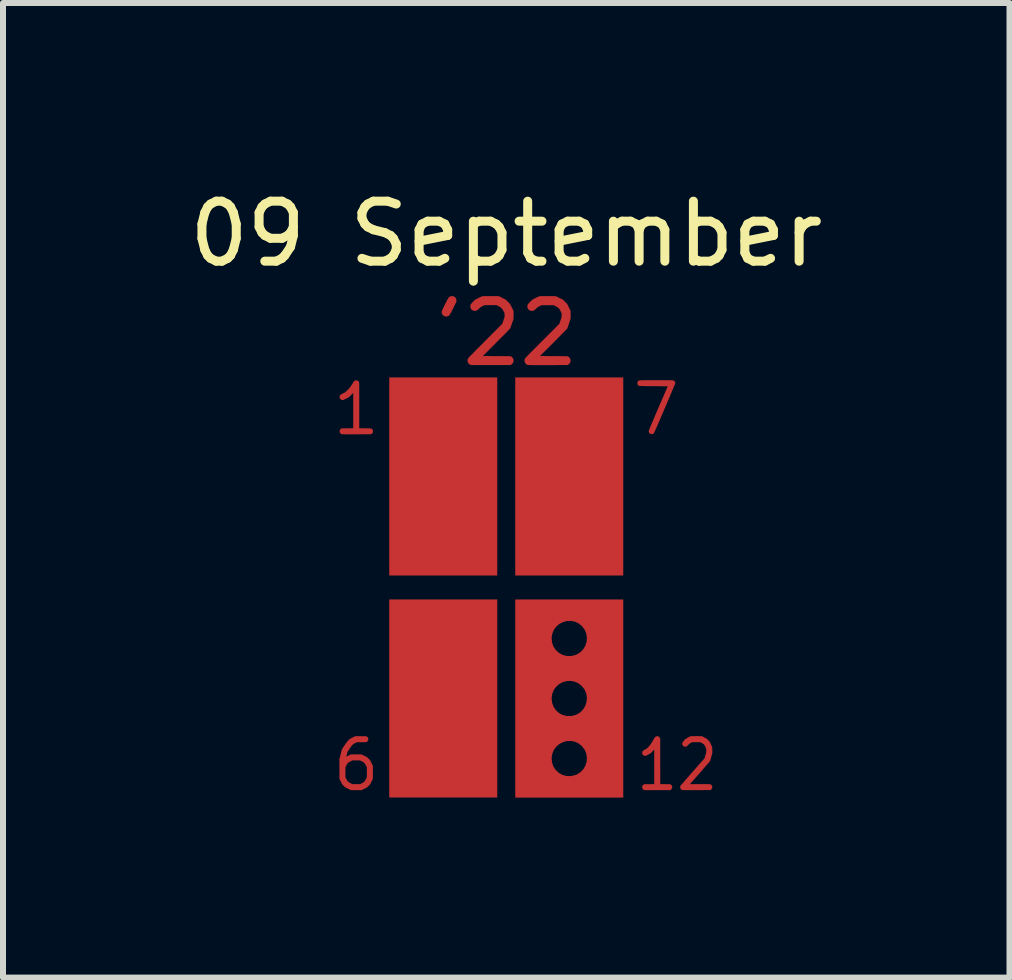
<source format=kicad_pcb>
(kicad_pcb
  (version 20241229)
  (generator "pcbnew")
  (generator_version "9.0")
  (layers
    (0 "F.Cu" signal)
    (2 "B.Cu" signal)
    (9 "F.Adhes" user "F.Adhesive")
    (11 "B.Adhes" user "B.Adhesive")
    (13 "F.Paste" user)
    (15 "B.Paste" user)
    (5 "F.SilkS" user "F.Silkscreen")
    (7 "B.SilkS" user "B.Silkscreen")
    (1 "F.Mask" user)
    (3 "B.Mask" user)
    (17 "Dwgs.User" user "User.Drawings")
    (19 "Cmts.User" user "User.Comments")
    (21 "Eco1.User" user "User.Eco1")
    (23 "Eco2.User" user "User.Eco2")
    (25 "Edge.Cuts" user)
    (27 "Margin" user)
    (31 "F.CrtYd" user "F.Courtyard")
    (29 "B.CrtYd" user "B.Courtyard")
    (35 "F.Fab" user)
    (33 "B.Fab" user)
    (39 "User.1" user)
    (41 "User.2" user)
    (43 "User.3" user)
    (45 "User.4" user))
  (footprint "09 September"
    (layer "F.Cu")
    (at 5.387 6.741)
    (property "Reference" "09 September" (at 0 -5.893 0) (unlocked yes) (layer "F.SilkS") (effects (font (size 1 1) (thickness 0.15))))
    (attr smd)
    (pad "1" smd custom (at -2.718 2.996) (size 0.01 0.01) (layers "F.Cu" "F.Mask" "F.Paste") (options (anchor circle)) (primitives (gr_poly (pts (xy 0.312 -0.518) (xy 0.329 -0.518) (xy 0.342 -0.518) (xy 0.354 -0.518) (xy 0.363 -0.517) (xy 0.37 -0.517) (xy 0.376 -0.517) (xy 0.38 -0.517) (xy 0.383 -0.516) (xy 0.385 -0.516) (xy 0.387 -0.515) (xy 0.389 -0.515) (xy 0.39 -0.514) (xy 0.399 -0.508) (xy 0.408 -0.5) (xy 0.414 -0.49) (xy 0.415 -0.489) (xy 0.417 -0.484) (xy 0.418 -0.479) (xy 0.419 -0.472) (xy 0.419 -0.468) (xy 0.418 -0.46) (xy 0.418 -0.454) (xy 0.416 -0.449) (xy 0.415 -0.447) (xy 0.408 -0.437) (xy 0.4 -0.429) (xy 0.391 -0.423) (xy 0.39 -0.422) (xy 0.388 -0.421) (xy 0.386 -0.421) (xy 0.384 -0.42) (xy 0.381 -0.42) (xy 0.376 -0.419) (xy 0.371 -0.419) (xy 0.364 -0.419) (xy 0.355 -0.418) (xy 0.344 -0.418) (xy 0.33 -0.418) (xy 0.313 -0.418) (xy 0.305 -0.418) (xy 0.227 -0.417) (xy 0.199 -0.403) (xy 0.189 -0.398) (xy 0.182 -0.394) (xy 0.176 -0.39) (xy 0.171 -0.387) (xy 0.167 -0.383) (xy 0.162 -0.379) (xy 0.157 -0.374) (xy 0.155 -0.372) (xy 0.15 -0.367) (xy 0.145 -0.362) (xy 0.141 -0.356) (xy 0.135 -0.349) (xy 0.129 -0.341) (xy 0.122 -0.331) (xy 0.114 -0.319) (xy 0.106 -0.306) (xy 0.072 -0.257) (xy 0.063 -0.219) (xy 0.06 -0.208) (xy 0.057 -0.198) (xy 0.055 -0.19) (xy 0.054 -0.184) (xy 0.053 -0.18) (xy 0.053 -0.179) (xy 0.054 -0.179) (xy 0.058 -0.18) (xy 0.064 -0.183) (xy 0.072 -0.187) (xy 0.081 -0.191) (xy 0.09 -0.195) (xy 0.128 -0.214) (xy 0.307 -0.214) (xy 0.399 -0.168) (xy 0.424 -0.143) (xy 0.449 -0.118) (xy 0.472 -0.072) (xy 0.495 -0.026) (xy 0.495 0.193) (xy 0.472 0.239) (xy 0.449 0.285) (xy 0.424 0.31) (xy 0.399 0.335) (xy 0.353 0.358) (xy 0.307 0.381) (xy 0.22 0.381) (xy 0.199 0.381) (xy 0.182 0.381) (xy 0.168 0.381) (xy 0.156 0.381) (xy 0.146 0.381) (xy 0.138 0.38) (xy 0.133 0.38) (xy 0.129 0.38) (xy 0.127 0.379) (xy 0.126 0.379) (xy 0.123 0.378) (xy 0.118 0.375) (xy 0.11 0.372) (xy 0.1 0.367) (xy 0.09 0.362) (xy 0.079 0.356) (xy 0.077 0.355) (xy 0.034 0.334) (xy 0.009 0.309) (xy -0.017 0.284) (xy -0.039 0.238) (xy -0.062 0.193) (xy -0.062 0.167) (xy 0.038 0.167) (xy 0.053 0.196) (xy 0.058 0.206) (xy 0.062 0.214) (xy 0.065 0.22) (xy 0.069 0.225) (xy 0.072 0.229) (xy 0.076 0.233) (xy 0.08 0.238) (xy 0.08 0.238) (xy 0.085 0.243) (xy 0.089 0.246) (xy 0.094 0.25) (xy 0.099 0.253) (xy 0.106 0.257) (xy 0.114 0.261) (xy 0.123 0.266) (xy 0.153 0.281) (xy 0.217 0.281) (xy 0.281 0.281) (xy 0.309 0.267) (xy 0.319 0.261) (xy 0.327 0.257) (xy 0.333 0.254) (xy 0.338 0.251) (xy 0.343 0.247) (xy 0.347 0.243) (xy 0.351 0.239) (xy 0.356 0.234) (xy 0.36 0.23) (xy 0.363 0.226) (xy 0.367 0.221) (xy 0.37 0.216) (xy 0.374 0.208) (xy 0.379 0.198) (xy 0.38 0.196) (xy 0.395 0.167) (xy 0.395 0) (xy 0.38 -0.029) (xy 0.375 -0.039) (xy 0.371 -0.047) (xy 0.367 -0.053) (xy 0.364 -0.058) (xy 0.361 -0.062) (xy 0.357 -0.066) (xy 0.353 -0.071) (xy 0.351 -0.072) (xy 0.346 -0.077) (xy 0.342 -0.081) (xy 0.337 -0.084) (xy 0.332 -0.088) (xy 0.326 -0.091) (xy 0.318 -0.095) (xy 0.309 -0.1) (xy 0.281 -0.114) (xy 0.154 -0.114) (xy 0.123 -0.099) (xy 0.113 -0.094) (xy 0.105 -0.089) (xy 0.099 -0.086) (xy 0.093 -0.083) (xy 0.089 -0.079) (xy 0.085 -0.076) (xy 0.08 -0.071) (xy 0.076 -0.067) (xy 0.072 -0.063) (xy 0.069 -0.059) (xy 0.066 -0.054) (xy 0.062 -0.048) (xy 0.058 -0.04) (xy 0.053 -0.03) (xy 0.053 -0.029) (xy 0.038 0) (xy 0.038 0.167) (xy -0.062 0.167) (xy -0.062 0.031) (xy -0.063 -0.132) (xy -0.042 -0.215) (xy -0.038 -0.231) (xy -0.034 -0.246) (xy -0.03 -0.261) (xy -0.027 -0.273) (xy -0.024 -0.284) (xy -0.022 -0.293) (xy -0.02 -0.299) (xy -0.019 -0.302) (xy -0.018 -0.303) (xy -0.017 -0.305) (xy -0.014 -0.31) (xy -0.009 -0.316) (xy -0.003 -0.325) (xy 0.003 -0.335) (xy 0.011 -0.347) (xy 0.019 -0.359) (xy 0.025 -0.367) (xy 0.034 -0.381) (xy 0.043 -0.393) (xy 0.049 -0.403) (xy 0.055 -0.411) (xy 0.06 -0.418) (xy 0.064 -0.423) (xy 0.069 -0.428) (xy 0.073 -0.433) (xy 0.077 -0.438) (xy 0.082 -0.442) (xy 0.087 -0.448) (xy 0.088 -0.449) (xy 0.111 -0.472) (xy 0.157 -0.495) (xy 0.203 -0.518) (xy 0.293 -0.518)) (width 0) (fill yes))))
    (pad "1" smd custom (at -2.515 -2.794) (size 0.01 0.01) (layers "F.Cu" "F.Mask" "F.Paste") (options (anchor circle)) (primitives (gr_poly (pts (xy 0.025 -0.658) (xy 0.037 -0.654) (xy 0.047 -0.647) (xy 0.055 -0.639) (xy 0.061 -0.629) (xy 0.065 -0.622) (xy 0.065 0.14) (xy 0.161 0.141) (xy 0.182 0.141) (xy 0.199 0.141) (xy 0.213 0.141) (xy 0.225 0.141) (xy 0.235 0.141) (xy 0.243 0.142) (xy 0.249 0.142) (xy 0.253 0.142) (xy 0.257 0.143) (xy 0.26 0.143) (xy 0.262 0.144) (xy 0.264 0.144) (xy 0.265 0.145) (xy 0.275 0.151) (xy 0.283 0.159) (xy 0.289 0.169) (xy 0.29 0.17) (xy 0.292 0.175) (xy 0.293 0.18) (xy 0.294 0.187) (xy 0.294 0.191) (xy 0.294 0.199) (xy 0.293 0.205) (xy 0.291 0.21) (xy 0.29 0.212) (xy 0.283 0.222) (xy 0.275 0.23) (xy 0.266 0.236) (xy 0.265 0.237) (xy 0.257 0.24) (xy 0.018 0.241) (xy -0.014 0.241) (xy -0.044 0.241) (xy -0.071 0.241) (xy -0.095 0.241) (xy -0.116 0.241) (xy -0.135 0.241) (xy -0.152 0.241) (xy -0.166 0.241) (xy -0.178 0.241) (xy -0.189 0.241) (xy -0.198 0.24) (xy -0.205 0.24) (xy -0.211 0.24) (xy -0.216 0.24) (xy -0.22 0.24) (xy -0.223 0.239) (xy -0.225 0.239) (xy -0.227 0.239) (xy -0.228 0.238) (xy -0.229 0.238) (xy -0.24 0.233) (xy -0.249 0.225) (xy -0.255 0.216) (xy -0.26 0.206) (xy -0.262 0.196) (xy -0.262 0.185) (xy -0.259 0.174) (xy -0.255 0.164) (xy -0.248 0.155) (xy -0.238 0.148) (xy -0.233 0.145) (xy -0.231 0.144) (xy -0.23 0.144) (xy -0.228 0.143) (xy -0.225 0.143) (xy -0.221 0.142) (xy -0.217 0.142) (xy -0.21 0.142) (xy -0.202 0.141) (xy -0.193 0.141) (xy -0.181 0.141) (xy -0.166 0.141) (xy -0.149 0.141) (xy -0.13 0.141) (xy -0.035 0.14) (xy -0.035 -0.449) (xy -0.071 -0.413) (xy -0.107 -0.377) (xy -0.198 -0.332) (xy -0.212 -0.332) (xy -0.22 -0.332) (xy -0.226 -0.333) (xy -0.231 -0.334) (xy -0.234 -0.336) (xy -0.244 -0.343) (xy -0.253 -0.352) (xy -0.258 -0.36) (xy -0.261 -0.369) (xy -0.262 -0.379) (xy -0.261 -0.39) (xy -0.259 -0.399) (xy -0.258 -0.402) (xy -0.256 -0.407) (xy -0.253 -0.411) (xy -0.249 -0.415) (xy -0.244 -0.419) (xy -0.238 -0.424) (xy -0.229 -0.428) (xy -0.219 -0.434) (xy -0.206 -0.441) (xy -0.204 -0.442) (xy -0.166 -0.461) (xy -0.131 -0.497) (xy -0.095 -0.533) (xy -0.058 -0.588) (xy -0.048 -0.603) (xy -0.04 -0.616) (xy -0.033 -0.626) (xy -0.027 -0.634) (xy -0.022 -0.64) (xy -0.018 -0.645) (xy -0.014 -0.649) (xy -0.011 -0.652) (xy -0.007 -0.654) (xy -0.003 -0.655) (xy 0.001 -0.657) (xy 0.001 -0.657) (xy 0.013 -0.659)) (width 0) (fill yes))))
    (pad "1" smd custom (at -1.448 -0.432) (size 0.01 0.01) (layers "F.Cu" "F.Mask" "F.Paste") (options (anchor circle)) (primitives (gr_poly (pts (xy 1.298 0.232) (xy -0.502 0.232) (xy -0.502 -3.069) (xy 1.298 -3.069)) (width 0) (fill yes))))
    (pad "1" smd custom (at -1.448 3.268) (size 0.01 0.01) (layers "F.Cu" "F.Mask" "F.Paste") (options (anchor circle)) (primitives (gr_poly (pts (xy 1.298 0.232) (xy -0.502 0.232) (xy -0.502 -3.069) (xy 1.298 -3.069)) (width 0) (fill yes))))
    (pad "1" smd custom (at -0.914 -4.75) (size 0.01 0.01) (layers "F.Cu" "F.Mask" "F.Paste") (options (anchor circle)) (primitives (gr_poly (pts (xy 0.028 -0.104) (xy 0.043 -0.099) (xy 0.057 -0.09) (xy 0.063 -0.085) (xy 0.074 -0.071) (xy 0.08 -0.057) (xy 0.083 -0.04) (xy 0.084 -0.031) (xy 0.084 -0.012) (xy 0.03 0.095) (xy 0.017 0.122) (xy 0.005 0.144) (xy -0.004 0.163) (xy -0.013 0.178) (xy -0.02 0.191) (xy -0.026 0.201) (xy -0.031 0.208) (xy -0.036 0.214) (xy -0.04 0.219) (xy -0.045 0.222) (xy -0.05 0.225) (xy -0.055 0.228) (xy -0.056 0.228) (xy -0.068 0.232) (xy -0.082 0.234) (xy -0.097 0.234) (xy -0.109 0.231) (xy -0.109 0.231) (xy -0.126 0.223) (xy -0.14 0.212) (xy -0.151 0.197) (xy -0.159 0.181) (xy -0.162 0.163) (xy -0.162 0.152) (xy -0.16 0.146) (xy -0.157 0.137) (xy -0.151 0.124) (xy -0.144 0.109) (xy -0.136 0.091) (xy -0.127 0.072) (xy -0.117 0.052) (xy -0.107 0.031) (xy -0.097 0.011) (xy -0.086 -0.009) (xy -0.077 -0.028) (xy -0.067 -0.045) (xy -0.059 -0.06) (xy -0.052 -0.072) (xy -0.047 -0.08) (xy -0.043 -0.085) (xy -0.031 -0.095) (xy -0.018 -0.102) (xy -0.003 -0.105) (xy 0.01 -0.106)) (width 0) (fill yes))))
    (pad "1" smd custom (at 0.076 -4.572) (size 0.01 0.01) (layers "F.Cu" "F.Mask" "F.Paste") (options (anchor circle)) (primitives (gr_poly (pts (xy -0.263 -0.284) (xy -0.244 -0.284) (xy -0.229 -0.284) (xy -0.218 -0.283) (xy -0.209 -0.283) (xy -0.203 -0.282) (xy -0.199 -0.282) (xy -0.199 -0.282) (xy -0.194 -0.28) (xy -0.185 -0.276) (xy -0.173 -0.27) (xy -0.16 -0.263) (xy -0.145 -0.256) (xy -0.136 -0.251) (xy -0.083 -0.224) (xy -0.014 -0.155) (xy 0.014 -0.102) (xy 0.021 -0.086) (xy 0.029 -0.072) (xy 0.035 -0.059) (xy 0.04 -0.048) (xy 0.043 -0.041) (xy 0.044 -0.039) (xy 0.045 -0.033) (xy 0.046 -0.025) (xy 0.046 -0.014) (xy 0.047 0.001) (xy 0.047 0.021) (xy 0.046 0.033) (xy 0.046 0.095) (xy 0.02 0.168) (xy 0.014 0.187) (xy 0.008 0.204) (xy 0.002 0.22) (xy -0.003 0.233) (xy -0.006 0.243) (xy -0.009 0.25) (xy -0.009 0.251) (xy -0.011 0.254) (xy -0.014 0.258) (xy -0.02 0.264) (xy -0.027 0.272) (xy -0.037 0.283) (xy -0.05 0.296) (xy -0.064 0.311) (xy -0.082 0.329) (xy -0.102 0.35) (xy -0.125 0.373) (xy -0.152 0.399) (xy -0.181 0.429) (xy -0.214 0.462) (xy -0.24 0.488) (xy -0.466 0.715) (xy -0.237 0.716) (xy -0.199 0.716) (xy -0.165 0.716) (xy -0.135 0.716) (xy -0.109 0.716) (xy -0.087 0.716) (xy -0.068 0.716) (xy -0.052 0.716) (xy -0.039 0.717) (xy -0.029 0.717) (xy -0.021 0.717) (xy -0.014 0.718) (xy -0.009 0.718) (xy -0.006 0.719) (xy -0.003 0.719) (xy -0.000429 0.72) (xy 0.002 0.721) (xy 0.003 0.722) (xy 0.017 0.73) (xy 0.029 0.743) (xy 0.039 0.757) (xy 0.04 0.758) (xy 0.043 0.766) (xy 0.045 0.775) (xy 0.046 0.785) (xy 0.046 0.79) (xy 0.045 0.802) (xy 0.044 0.811) (xy 0.041 0.819) (xy 0.04 0.822) (xy 0.03 0.837) (xy 0.018 0.85) (xy 0.004 0.859) (xy 0.003 0.859) (xy -0.009 0.865) (xy -0.334 0.865) (xy -0.381 0.865) (xy -0.423 0.865) (xy -0.461 0.865) (xy -0.495 0.865) (xy -0.524 0.865) (xy -0.55 0.865) (xy -0.573 0.865) (xy -0.592 0.865) (xy -0.609 0.865) (xy -0.623 0.865) (xy -0.635 0.865) (xy -0.644 0.864) (xy -0.652 0.864) (xy -0.658 0.864) (xy -0.662 0.863) (xy -0.666 0.863) (xy -0.669 0.862) (xy -0.671 0.862) (xy -0.672 0.861) (xy -0.689 0.853) (xy -0.702 0.842) (xy -0.713 0.827) (xy -0.719 0.811) (xy -0.722 0.793) (xy -0.721 0.775) (xy -0.715 0.758) (xy -0.714 0.756) (xy -0.712 0.753) (xy -0.708 0.748) (xy -0.703 0.743) (xy -0.697 0.736) (xy -0.689 0.727) (xy -0.679 0.717) (xy -0.667 0.704) (xy -0.653 0.69) (xy -0.637 0.674) (xy -0.618 0.655) (xy -0.597 0.633) (xy -0.573 0.609) (xy -0.547 0.582) (xy -0.517 0.553) (xy -0.484 0.52) (xy -0.448 0.484) (xy -0.426 0.461) (xy -0.142 0.177) (xy -0.104 0.063) (xy -0.104 0.032) (xy -0.104 0.001) (xy -0.12 -0.031) (xy -0.128 -0.045) (xy -0.134 -0.057) (xy -0.141 -0.066) (xy -0.148 -0.074) (xy -0.154 -0.081) (xy -0.162 -0.089) (xy -0.17 -0.095) (xy -0.178 -0.101) (xy -0.187 -0.107) (xy -0.2 -0.114) (xy -0.205 -0.116) (xy -0.239 -0.134) (xy -0.438 -0.134) (xy -0.471 -0.117) (xy -0.484 -0.111) (xy -0.494 -0.105) (xy -0.503 -0.099) (xy -0.511 -0.093) (xy -0.52 -0.085) (xy -0.53 -0.075) (xy -0.544 -0.062) (xy -0.555 -0.053) (xy -0.564 -0.046) (xy -0.574 -0.042) (xy -0.583 -0.04) (xy -0.594 -0.039) (xy -0.6 -0.038) (xy -0.618 -0.04) (xy -0.633 -0.045) (xy -0.647 -0.054) (xy -0.653 -0.059) (xy -0.664 -0.073) (xy -0.671 -0.087) (xy -0.674 -0.104) (xy -0.674 -0.113) (xy -0.674 -0.123) (xy -0.673 -0.133) (xy -0.67 -0.141) (xy -0.666 -0.149) (xy -0.659 -0.158) (xy -0.65 -0.169) (xy -0.638 -0.181) (xy -0.629 -0.191) (xy -0.595 -0.224) (xy -0.536 -0.254) (xy -0.476 -0.283) (xy -0.343 -0.284) (xy -0.312 -0.284) (xy -0.285 -0.284)) (width 0) (fill yes))))
    (pad "1" smd custom (at 0.381 1.016) (size 0.2 0.2) (layers "F.Cu" "F.Mask" "F.Paste") (options (anchor circle)) (primitives (gr_poly (pts (xy 1.569 2.485) (xy -0.231 2.485) (xy -0.231 1.834) (xy 0.375 1.834) (xy 0.384 1.909) (xy 0.409 1.975) (xy 0.448 2.031) (xy 0.499 2.076) (xy 0.558 2.108) (xy 0.625 2.126) (xy 0.695 2.127) (xy 0.767 2.111) (xy 0.794 2.101) (xy 0.856 2.062) (xy 0.904 2.012) (xy 0.938 1.953) (xy 0.958 1.887) (xy 0.963 1.819) (xy 0.952 1.751) (xy 0.925 1.687) (xy 0.881 1.629) (xy 0.878 1.626) (xy 0.82 1.58) (xy 0.756 1.552) (xy 0.69 1.541) (xy 0.625 1.544) (xy 0.561 1.562) (xy 0.503 1.593) (xy 0.453 1.635) (xy 0.413 1.689) (xy 0.387 1.753) (xy 0.375 1.825) (xy 0.375 1.834) (xy -0.231 1.834) (xy -0.231 0.834) (xy 0.375 0.834) (xy 0.384 0.908) (xy 0.409 0.974) (xy 0.448 1.031) (xy 0.499 1.076) (xy 0.558 1.108) (xy 0.625 1.125) (xy 0.695 1.127) (xy 0.767 1.111) (xy 0.794 1.1) (xy 0.856 1.062) (xy 0.904 1.012) (xy 0.938 0.952) (xy 0.958 0.887) (xy 0.963 0.819) (xy 0.952 0.751) (xy 0.925 0.686) (xy 0.881 0.629) (xy 0.878 0.625) (xy 0.82 0.58) (xy 0.756 0.552) (xy 0.69 0.54) (xy 0.625 0.544) (xy 0.561 0.561) (xy 0.503 0.592) (xy 0.453 0.635) (xy 0.413 0.689) (xy 0.387 0.752) (xy 0.375 0.825) (xy 0.375 0.834) (xy -0.231 0.834) (xy -0.231 -0.166) (xy 0.375 -0.166) (xy 0.384 -0.092) (xy 0.409 -0.026) (xy 0.448 0.03) (xy 0.499 0.075) (xy 0.558 0.107) (xy 0.625 0.125) (xy 0.695 0.127) (xy 0.767 0.111) (xy 0.794 0.1) (xy 0.856 0.062) (xy 0.904 0.011) (xy 0.938 -0.048) (xy 0.958 -0.114) (xy 0.963 -0.182) (xy 0.952 -0.25) (xy 0.925 -0.314) (xy 0.881 -0.372) (xy 0.878 -0.375) (xy 0.82 -0.421) (xy 0.756 -0.449) (xy 0.69 -0.46) (xy 0.625 -0.457) (xy 0.561 -0.439) (xy 0.503 -0.408) (xy 0.453 -0.365) (xy 0.413 -0.312) (xy 0.387 -0.248) (xy 0.375 -0.176) (xy 0.375 -0.166) (xy -0.231 -0.166) (xy -0.231 -0.817) (xy 1.569 -0.817)) (width 0) (fill yes))))
    (pad "1" smd custom (at 0.652 -0.432) (size 0.01 0.01) (layers "F.Cu" "F.Mask" "F.Paste") (options (anchor circle)) (primitives (gr_poly (pts (xy 1.298 0.232) (xy -0.502 0.232) (xy -0.502 -3.069) (xy 1.298 -3.069)) (width 0) (fill yes))))
    (pad "1" smd custom (at 0.965 -4.724) (size 0.01 0.01) (layers "F.Cu" "F.Mask" "F.Paste") (options (anchor circle)) (primitives (gr_poly (pts (xy -0.308 -0.132) (xy -0.277 -0.132) (xy -0.272 -0.132) (xy -0.138 -0.131) (xy -0.079 -0.101) (xy -0.019 -0.072) (xy 0.015 -0.037) (xy 0.05 -0.002) (xy 0.078 0.055) (xy 0.107 0.113) (xy 0.108 0.177) (xy 0.108 0.241) (xy 0.082 0.321) (xy 0.076 0.34) (xy 0.069 0.358) (xy 0.064 0.375) (xy 0.059 0.388) (xy 0.055 0.399) (xy 0.053 0.406) (xy 0.052 0.408) (xy 0.05 0.411) (xy 0.044 0.417) (xy 0.036 0.426) (xy 0.024 0.438) (xy 0.01 0.452) (xy -0.006 0.469) (xy -0.025 0.488) (xy -0.046 0.509) (xy -0.069 0.532) (xy -0.093 0.557) (xy -0.118 0.582) (xy -0.145 0.609) (xy -0.173 0.637) (xy -0.177 0.642) (xy -0.403 0.867) (xy -0.175 0.868) (xy -0.136 0.868) (xy -0.102 0.868) (xy -0.073 0.868) (xy -0.047 0.868) (xy -0.025 0.869) (xy -0.006 0.869) (xy 0.009 0.869) (xy 0.022 0.869) (xy 0.032 0.869) (xy 0.041 0.87) (xy 0.047 0.87) (xy 0.052 0.871) (xy 0.056 0.871) (xy 0.058 0.872) (xy 0.061 0.873) (xy 0.063 0.873) (xy 0.064 0.874) (xy 0.078 0.883) (xy 0.091 0.895) (xy 0.1 0.91) (xy 0.101 0.911) (xy 0.105 0.925) (xy 0.107 0.941) (xy 0.106 0.957) (xy 0.102 0.972) (xy 0.101 0.975) (xy 0.091 0.989) (xy 0.079 1.002) (xy 0.065 1.011) (xy 0.064 1.012) (xy 0.052 1.017) (xy -0.273 1.018) (xy -0.32 1.018) (xy -0.362 1.018) (xy -0.4 1.018) (xy -0.433 1.018) (xy -0.463 1.018) (xy -0.489 1.018) (xy -0.512 1.018) (xy -0.531 1.018) (xy -0.548 1.017) (xy -0.562 1.017) (xy -0.573 1.017) (xy -0.583 1.017) (xy -0.591 1.017) (xy -0.597 1.016) (xy -0.601 1.016) (xy -0.605 1.015) (xy -0.608 1.015) (xy -0.61 1.014) (xy -0.611 1.014) (xy -0.627 1.006) (xy -0.641 0.994) (xy -0.651 0.98) (xy -0.658 0.963) (xy -0.661 0.946) (xy -0.66 0.928) (xy -0.654 0.91) (xy -0.652 0.908) (xy -0.65 0.904) (xy -0.645 0.899) (xy -0.639 0.892) (xy -0.631 0.884) (xy -0.621 0.873) (xy -0.609 0.861) (xy -0.595 0.846) (xy -0.578 0.829) (xy -0.559 0.81) (xy -0.538 0.788) (xy -0.513 0.763) (xy -0.486 0.736) (xy -0.455 0.705) (xy -0.422 0.671) (xy -0.385 0.634) (xy -0.364 0.614) (xy -0.08 0.329) (xy -0.061 0.274) (xy -0.043 0.218) (xy -0.043 0.152) (xy -0.059 0.12) (xy -0.069 0.1) (xy -0.079 0.084) (xy -0.09 0.071) (xy -0.102 0.06) (xy -0.116 0.05) (xy -0.134 0.04) (xy -0.142 0.036) (xy -0.176 0.019) (xy -0.376 0.019) (xy -0.41 0.036) (xy -0.424 0.044) (xy -0.435 0.049) (xy -0.443 0.055) (xy -0.451 0.061) (xy -0.46 0.069) (xy -0.47 0.078) (xy -0.47 0.078) (xy -0.483 0.091) (xy -0.494 0.1) (xy -0.504 0.107) (xy -0.514 0.111) (xy -0.524 0.113) (xy -0.536 0.114) (xy -0.539 0.114) (xy -0.557 0.112) (xy -0.572 0.107) (xy -0.586 0.099) (xy -0.592 0.093) (xy -0.603 0.08) (xy -0.61 0.065) (xy -0.613 0.049) (xy -0.613 0.04) (xy -0.613 0.03) (xy -0.611 0.021) (xy -0.609 0.012) (xy -0.604 0.004) (xy -0.598 -0.005) (xy -0.588 -0.015) (xy -0.576 -0.028) (xy -0.566 -0.038) (xy -0.531 -0.072) (xy -0.479 -0.099) (xy -0.463 -0.107) (xy -0.449 -0.114) (xy -0.436 -0.12) (xy -0.425 -0.125) (xy -0.418 -0.128) (xy -0.416 -0.129) (xy -0.412 -0.13) (xy -0.406 -0.13) (xy -0.398 -0.131) (xy -0.387 -0.131) (xy -0.373 -0.132) (xy -0.355 -0.132) (xy -0.333 -0.132)) (width 0) (fill yes))))
    (pad "1" smd custom (at 2.667 3.353) (size 0.01 0.01) (layers "F.Cu" "F.Mask" "F.Paste") (options (anchor circle)) (primitives (gr_poly (pts (xy -0.137 -0.873) (xy -0.126 -0.868) (xy -0.117 -0.862) (xy -0.109 -0.853) (xy -0.105 -0.846) (xy -0.101 -0.838) (xy -0.101 -0.457) (xy -0.1 -0.076) (xy 0.062 -0.075) (xy 0.071 -0.071) (xy 0.081 -0.064) (xy 0.09 -0.054) (xy 0.095 -0.047) (xy 0.097 -0.041) (xy 0.098 -0.036) (xy 0.099 -0.029) (xy 0.099 -0.025) (xy 0.099 -0.018) (xy 0.098 -0.012) (xy 0.096 -0.007) (xy 0.095 -0.004) (xy 0.088 0.007) (xy 0.078 0.015) (xy 0.071 0.02) (xy 0.062 0.024) (xy -0.149 0.024) (xy -0.181 0.024) (xy -0.21 0.024) (xy -0.236 0.024) (xy -0.259 0.024) (xy -0.279 0.024) (xy -0.297 0.024) (xy -0.312 0.024) (xy -0.325 0.024) (xy -0.336 0.024) (xy -0.345 0.024) (xy -0.353 0.024) (xy -0.358 0.023) (xy -0.362 0.023) (xy -0.365 0.023) (xy -0.367 0.023) (xy -0.367 0.023) (xy -0.378 0.018) (xy -0.387 0.01) (xy -0.394 0.002) (xy -0.399 -0.008) (xy -0.402 -0.019) (xy -0.402 -0.03) (xy -0.4 -0.041) (xy -0.395 -0.051) (xy -0.388 -0.06) (xy -0.379 -0.068) (xy -0.373 -0.071) (xy -0.365 -0.075) (xy -0.283 -0.075) (xy -0.201 -0.076) (xy -0.201 -0.364) (xy -0.201 -0.395) (xy -0.201 -0.424) (xy -0.201 -0.453) (xy -0.201 -0.48) (xy -0.201 -0.506) (xy -0.201 -0.531) (xy -0.201 -0.553) (xy -0.201 -0.574) (xy -0.201 -0.593) (xy -0.201 -0.609) (xy -0.201 -0.623) (xy -0.201 -0.635) (xy -0.201 -0.643) (xy -0.202 -0.649) (xy -0.202 -0.652) (xy -0.202 -0.652) (xy -0.203 -0.651) (xy -0.206 -0.648) (xy -0.211 -0.643) (xy -0.216 -0.636) (xy -0.223 -0.628) (xy -0.226 -0.625) (xy -0.233 -0.617) (xy -0.239 -0.61) (xy -0.245 -0.604) (xy -0.25 -0.599) (xy -0.252 -0.596) (xy -0.253 -0.596) (xy -0.256 -0.593) (xy -0.262 -0.59) (xy -0.269 -0.586) (xy -0.278 -0.581) (xy -0.288 -0.575) (xy -0.298 -0.569) (xy -0.308 -0.564) (xy -0.317 -0.559) (xy -0.325 -0.555) (xy -0.332 -0.551) (xy -0.337 -0.549) (xy -0.338 -0.549) (xy -0.35 -0.547) (xy -0.361 -0.548) (xy -0.373 -0.551) (xy -0.383 -0.558) (xy -0.392 -0.566) (xy -0.398 -0.575) (xy -0.401 -0.585) (xy -0.402 -0.595) (xy -0.401 -0.606) (xy -0.399 -0.615) (xy -0.398 -0.618) (xy -0.395 -0.623) (xy -0.392 -0.627) (xy -0.387 -0.632) (xy -0.381 -0.636) (xy -0.374 -0.641) (xy -0.364 -0.647) (xy -0.352 -0.655) (xy -0.349 -0.656) (xy -0.316 -0.675) (xy -0.288 -0.708) (xy -0.259 -0.741) (xy -0.225 -0.799) (xy -0.216 -0.814) (xy -0.209 -0.826) (xy -0.202 -0.836) (xy -0.198 -0.844) (xy -0.193 -0.85) (xy -0.19 -0.855) (xy -0.187 -0.859) (xy -0.185 -0.861) (xy -0.183 -0.863) (xy -0.182 -0.864) (xy -0.172 -0.87) (xy -0.16 -0.874) (xy -0.149 -0.875)) (width 0) (fill yes))))
    (pad "1" smd custom (at 2.692 -3.251) (size 0.01 0.01) (layers "F.Cu" "F.Mask" "F.Paste") (options (anchor circle)) (primitives (gr_poly (pts (xy -0.139 -0.204) (xy -0.094 -0.204) (xy -0.055 -0.204) (xy -0.022 -0.204) (xy 0.006 -0.204) (xy 0.028 -0.204) (xy 0.047 -0.203) (xy 0.062 -0.203) (xy 0.073 -0.202) (xy 0.082 -0.202) (xy 0.088 -0.201) (xy 0.093 -0.2) (xy 0.096 -0.199) (xy 0.099 -0.198) (xy 0.099 -0.197) (xy 0.112 -0.187) (xy 0.121 -0.173) (xy 0.125 -0.157) (xy 0.125 -0.155) (xy 0.124 -0.15) (xy 0.12 -0.14) (xy 0.113 -0.123) (xy 0.104 -0.101) (xy 0.093 -0.075) (xy 0.08 -0.044) (xy 0.066 -0.01) (xy 0.05 0.028) (xy 0.033 0.068) (xy 0.015 0.111) (xy -0.004 0.155) (xy -0.023 0.201) (xy -0.043 0.247) (xy -0.063 0.293) (xy -0.082 0.339) (xy -0.102 0.384) (xy -0.12 0.428) (xy -0.138 0.47) (xy -0.155 0.509) (xy -0.171 0.546) (xy -0.186 0.579) (xy -0.198 0.608) (xy -0.209 0.632) (xy -0.218 0.652) (xy -0.224 0.666) (xy -0.228 0.674) (xy -0.229 0.676) (xy -0.238 0.685) (xy -0.251 0.692) (xy -0.266 0.696) (xy -0.27 0.696) (xy -0.28 0.694) (xy -0.292 0.69) (xy -0.293 0.689) (xy -0.306 0.679) (xy -0.315 0.664) (xy -0.319 0.648) (xy -0.319 0.646) (xy -0.318 0.641) (xy -0.313 0.63) (xy -0.306 0.612) (xy -0.297 0.589) (xy -0.286 0.561) (xy -0.272 0.529) (xy -0.256 0.492) (xy -0.239 0.451) (xy -0.22 0.406) (xy -0.2 0.359) (xy -0.178 0.308) (xy -0.16 0.266) (xy -0.001 -0.102) (xy -0.239 -0.104) (xy -0.288 -0.105) (xy -0.331 -0.105) (xy -0.367 -0.105) (xy -0.397 -0.106) (xy -0.422 -0.106) (xy -0.442 -0.107) (xy -0.458 -0.108) (xy -0.471 -0.109) (xy -0.48 -0.111) (xy -0.487 -0.113) (xy -0.492 -0.116) (xy -0.495 -0.119) (xy -0.498 -0.122) (xy -0.5 -0.127) (xy -0.502 -0.132) (xy -0.502 -0.132) (xy -0.507 -0.15) (xy -0.506 -0.168) (xy -0.498 -0.184) (xy -0.485 -0.196) (xy -0.482 -0.197) (xy -0.479 -0.199) (xy -0.476 -0.2) (xy -0.471 -0.201) (xy -0.465 -0.201) (xy -0.457 -0.202) (xy -0.446 -0.203) (xy -0.431 -0.203) (xy -0.413 -0.203) (xy -0.391 -0.204) (xy -0.364 -0.204) (xy -0.331 -0.204) (xy -0.293 -0.204) (xy -0.248 -0.204) (xy -0.197 -0.204) (xy -0.191 -0.204)) (width 0) (fill yes))))
    (pad "1" smd custom (at 3.277 3.327) (size 0.01 0.01) (layers "F.Cu" "F.Mask" "F.Paste") (options (anchor circle)) (primitives (gr_poly (pts (xy -0.089 -0.85) (xy -0.074 -0.85) (xy -0.06 -0.849) (xy -0.047 -0.849) (xy -0.035 -0.849) (xy -0.026 -0.849) (xy -0.019 -0.848) (xy -0.014 -0.848) (xy -0.014 -0.848) (xy -0.011 -0.847) (xy -0.005 -0.844) (xy 0.003 -0.84) (xy 0.012 -0.835) (xy 0.022 -0.829) (xy 0.032 -0.824) (xy 0.072 -0.801) (xy 0.091 -0.78) (xy 0.098 -0.772) (xy 0.104 -0.765) (xy 0.109 -0.759) (xy 0.113 -0.755) (xy 0.114 -0.752) (xy 0.116 -0.749) (xy 0.119 -0.744) (xy 0.123 -0.736) (xy 0.127 -0.727) (xy 0.132 -0.716) (xy 0.137 -0.705) (xy 0.138 -0.704) (xy 0.156 -0.661) (xy 0.157 -0.613) (xy 0.157 -0.565) (xy 0.139 -0.5) (xy 0.134 -0.483) (xy 0.13 -0.468) (xy 0.126 -0.456) (xy 0.123 -0.446) (xy 0.12 -0.439) (xy 0.118 -0.434) (xy 0.116 -0.43) (xy 0.116 -0.429) (xy 0.114 -0.427) (xy 0.111 -0.423) (xy 0.105 -0.416) (xy 0.098 -0.408) (xy 0.088 -0.397) (xy 0.078 -0.385) (xy 0.066 -0.371) (xy 0.052 -0.356) (xy 0.038 -0.339) (xy 0.022 -0.321) (xy 0.005 -0.302) (xy -0.012 -0.282) (xy -0.03 -0.261) (xy -0.049 -0.24) (xy -0.052 -0.236) (xy -0.216 -0.05) (xy -0.048 -0.05) (xy -0.021 -0.05) (xy 0.003 -0.05) (xy 0.025 -0.05) (xy 0.043 -0.05) (xy 0.059 -0.05) (xy 0.073 -0.05) (xy 0.084 -0.049) (xy 0.094 -0.049) (xy 0.102 -0.049) (xy 0.108 -0.049) (xy 0.113 -0.049) (xy 0.117 -0.048) (xy 0.12 -0.048) (xy 0.123 -0.048) (xy 0.124 -0.047) (xy 0.126 -0.047) (xy 0.127 -0.046) (xy 0.128 -0.046) (xy 0.137 -0.04) (xy 0.145 -0.032) (xy 0.152 -0.022) (xy 0.152 -0.021) (xy 0.155 -0.012) (xy 0.157 -0.001) (xy 0.156 0.01) (xy 0.153 0.019) (xy 0.152 0.021) (xy 0.146 0.031) (xy 0.138 0.039) (xy 0.128 0.046) (xy 0.128 0.046) (xy 0.12 0.049) (xy -0.108 0.05) (xy -0.141 0.05) (xy -0.171 0.05) (xy -0.197 0.05) (xy -0.221 0.05) (xy -0.242 0.05) (xy -0.261 0.05) (xy -0.277 0.05) (xy -0.292 0.05) (xy -0.304 0.05) (xy -0.314 0.049) (xy -0.322 0.049) (xy -0.329 0.049) (xy -0.334 0.049) (xy -0.338 0.049) (xy -0.341 0.048) (xy -0.342 0.048) (xy -0.343 0.048) (xy -0.354 0.043) (xy -0.363 0.035) (xy -0.371 0.026) (xy -0.376 0.015) (xy -0.378 0.003) (xy -0.378 -0.000019) (xy -0.377 -0.01) (xy -0.374 -0.02) (xy -0.369 -0.028) (xy -0.368 -0.029) (xy -0.367 -0.031) (xy -0.364 -0.035) (xy -0.358 -0.041) (xy -0.351 -0.049) (xy -0.342 -0.059) (xy -0.332 -0.071) (xy -0.32 -0.084) (xy -0.308 -0.099) (xy -0.293 -0.115) (xy -0.279 -0.132) (xy -0.263 -0.15) (xy -0.246 -0.169) (xy -0.229 -0.188) (xy -0.212 -0.208) (xy -0.194 -0.229) (xy -0.176 -0.249) (xy -0.158 -0.27) (xy -0.14 -0.29) (xy -0.122 -0.31) (xy -0.105 -0.33) (xy -0.088 -0.349) (xy -0.072 -0.368) (xy -0.056 -0.385) (xy -0.041 -0.402) (xy -0.028 -0.417) (xy -0.016 -0.431) (xy -0.005 -0.444) (xy 0.005 -0.455) (xy 0.013 -0.464) (xy 0.019 -0.471) (xy 0.024 -0.476) (xy 0.025 -0.477) (xy 0.027 -0.48) (xy 0.029 -0.485) (xy 0.031 -0.493) (xy 0.034 -0.503) (xy 0.038 -0.514) (xy 0.042 -0.527) (xy 0.042 -0.529) (xy 0.056 -0.578) (xy 0.056 -0.637) (xy 0.044 -0.666) (xy 0.039 -0.677) (xy 0.036 -0.685) (xy 0.032 -0.691) (xy 0.029 -0.696) (xy 0.026 -0.7) (xy 0.023 -0.704) (xy 0.019 -0.709) (xy 0.014 -0.714) (xy 0.01 -0.718) (xy 0.005 -0.722) (xy -0.001 -0.726) (xy -0.008 -0.73) (xy -0.017 -0.735) (xy -0.041 -0.749) (xy -0.18 -0.749) (xy -0.204 -0.735) (xy -0.213 -0.73) (xy -0.22 -0.726) (xy -0.225 -0.722) (xy -0.23 -0.719) (xy -0.234 -0.714) (xy -0.24 -0.708) (xy -0.245 -0.702) (xy -0.254 -0.693) (xy -0.262 -0.686) (xy -0.268 -0.68) (xy -0.275 -0.677) (xy -0.281 -0.675) (xy -0.289 -0.674) (xy -0.294 -0.674) (xy -0.307 -0.675) (xy -0.317 -0.678) (xy -0.326 -0.684) (xy -0.33 -0.688) (xy -0.337 -0.697) (xy -0.342 -0.707) (xy -0.344 -0.719) (xy -0.344 -0.723) (xy -0.344 -0.729) (xy -0.343 -0.735) (xy -0.341 -0.741) (xy -0.338 -0.747) (xy -0.333 -0.753) (xy -0.327 -0.761) (xy -0.319 -0.771) (xy -0.314 -0.777) (xy -0.292 -0.801) (xy -0.253 -0.824) (xy -0.242 -0.83) (xy -0.232 -0.835) (xy -0.223 -0.84) (xy -0.216 -0.844) (xy -0.21 -0.847) (xy -0.207 -0.848) (xy -0.204 -0.848) (xy -0.198 -0.849) (xy -0.189 -0.849) (xy -0.178 -0.849) (xy -0.166 -0.849) (xy -0.152 -0.85) (xy -0.137 -0.85) (xy -0.121 -0.85) (xy -0.105 -0.85)) (width 0) (fill yes)))))
  (gr_rect
    (start -3 -3)
    (end 13.774 13.242)
    (stroke (width 0.1) (type default))
    (fill no)
    (layer "Edge.Cuts")))
</source>
